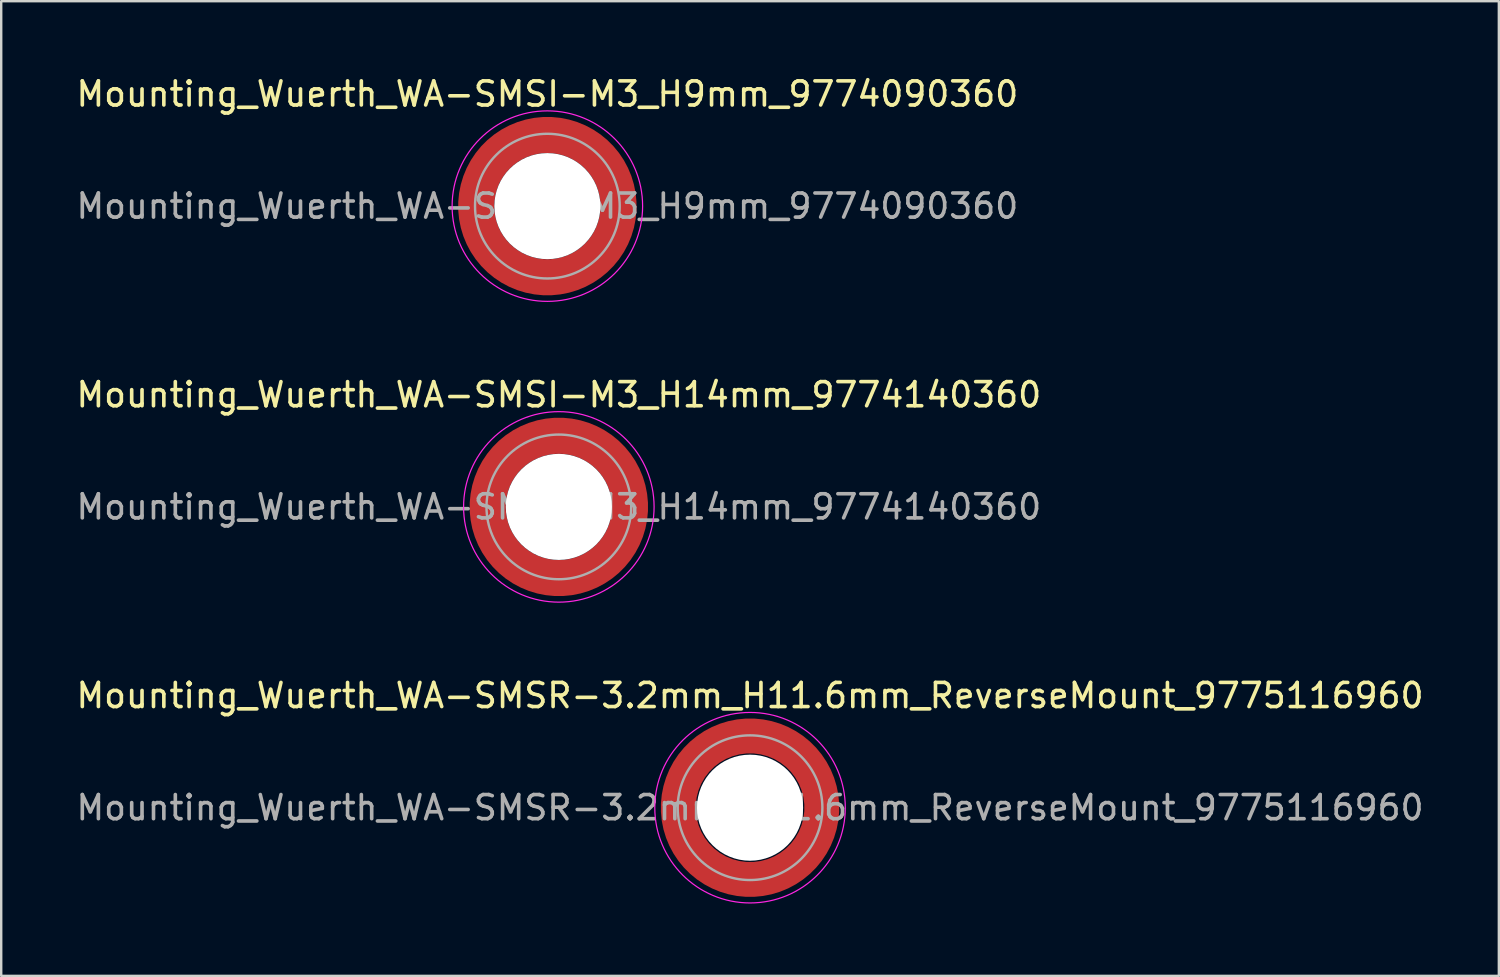
<source format=kicad_pcb>
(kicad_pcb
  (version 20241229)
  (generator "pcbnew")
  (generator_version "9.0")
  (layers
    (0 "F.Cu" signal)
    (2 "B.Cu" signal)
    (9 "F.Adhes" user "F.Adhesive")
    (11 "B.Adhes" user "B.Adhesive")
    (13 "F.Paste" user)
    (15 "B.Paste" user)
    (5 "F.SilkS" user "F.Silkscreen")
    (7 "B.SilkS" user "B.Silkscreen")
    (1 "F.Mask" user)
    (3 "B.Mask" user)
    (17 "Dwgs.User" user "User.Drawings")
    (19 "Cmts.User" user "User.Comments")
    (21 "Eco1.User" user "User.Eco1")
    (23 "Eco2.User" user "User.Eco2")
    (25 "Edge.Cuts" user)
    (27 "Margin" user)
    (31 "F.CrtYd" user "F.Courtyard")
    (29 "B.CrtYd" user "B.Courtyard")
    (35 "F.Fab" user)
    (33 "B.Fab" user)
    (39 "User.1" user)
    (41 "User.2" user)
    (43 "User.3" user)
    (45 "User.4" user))
  (footprint "Mounting_Wuerth_WA-SMSI-M3_H14mm_9774140360"
    (layer "F.Cu")
    (at 20.125 17.971)
    (property "Reference" "Mounting_Wuerth_WA-SMSI-M3_H14mm_9774140360" (at 0 -4.65 0) (layer "F.SilkS") (effects (font (size 1 1) (thickness 0.15))))
    (attr smd)
    (fp_circle (center 0 0) (end 3.95 0) (stroke (width 0.05) (type solid)) (fill no) (layer "F.CrtYd"))
    (fp_circle (center 0 0) (end 3 0) (stroke (width 0.1) (type solid)) (fill no) (layer "F.Fab"))
    (fp_text user "${REFERENCE}" (at 0 0 0) (layer "F.Fab") (effects (font (size 1 1) (thickness 0.15))))
    (pad "" smd custom (at -2.058 -2.058) (size 0.7 0.7) (layers "F.Paste") (options (anchor circle)) (primitives (gr_arc (start -0.377294 1.707681) (mid 0.317578 0.318817) (end 1.705947 -0.377044) (width 0.2)) (gr_arc (start -0.478281 1.707681) (mid 0.246161 0.248814) (end 1.703965 -0.477765) (width 0.2)) (gr_arc (start -0.579192 1.707681) (mid 0.175492 0.178063) (end 1.704077 -0.578711) (width 0.2)) (gr_arc (start -0.680037 1.707681) (mid 0.105568 0.106564) (end 1.706284 -0.679858) (width 0.2)) (gr_arc (start -0.780822 1.707681) (mid 0.034627 0.036085) (end 1.705634 -0.780569) (width 0.2)) (gr_arc (start -0.881554 1.707681) (mid -0.035694 -0.035016) (end 1.706729 -0.881441) (width 0.2)) (gr_arc (start -0.982237 1.707681) (mid -0.107281 -0.10485) (end 1.704266 -0.981843) (width 0.2)) (gr_arc (start -1.082877 1.707681) (mid -0.178372 -0.175181) (end 1.703197 -1.082374) (width 0.2)) (gr_arc (start -1.183476 1.707681) (mid -0.248964 -0.246008) (end 1.703525 -1.183025) (width 0.2)) (gr_arc (start -1.28404 1.707681) (mid -0.319062 -0.317334) (end 1.70525 -1.283784) (width 0.2)) (gr_line (start 1.708 -0.377) (end 1.708 -1.284) (width 0.2)) (gr_line (start -0.377 1.708) (end -1.284 1.708) (width 0.2))))
    (pad "" smd custom (at -2.058 2.058) (size 0.7 0.7) (layers "F.Paste") (options (anchor circle)) (primitives (gr_arc (start 1.707681 0.377294) (mid 0.318817 -0.317578) (end -0.377044 -1.705947) (width 0.2)) (gr_arc (start 1.707681 0.478281) (mid 0.248814 -0.246161) (end -0.477765 -1.703965) (width 0.2)) (gr_arc (start 1.707681 0.579192) (mid 0.178063 -0.175492) (end -0.578711 -1.704077) (width 0.2)) (gr_arc (start 1.707681 0.680037) (mid 0.106564 -0.105568) (end -0.679858 -1.706284) (width 0.2)) (gr_arc (start 1.707681 0.780822) (mid 0.036085 -0.034626) (end -0.780569 -1.705634) (width 0.2)) (gr_arc (start 1.707681 0.881554) (mid -0.035016 0.035694) (end -0.881441 -1.706729) (width 0.2)) (gr_arc (start 1.707681 0.982237) (mid -0.10485 0.107281) (end -0.981842 -1.704266) (width 0.2)) (gr_arc (start 1.707681 1.082877) (mid -0.175181 0.178372) (end -1.082374 -1.703197) (width 0.2)) (gr_arc (start 1.707681 1.183476) (mid -0.246008 0.248964) (end -1.183025 -1.703525) (width 0.2)) (gr_arc (start 1.707681 1.28404) (mid -0.317334 0.319062) (end -1.283784 -1.70525) (width 0.2)) (gr_line (start -0.377 -1.708) (end -1.284 -1.708) (width 0.2)) (gr_line (start 1.708 0.377) (end 1.708 1.284) (width 0.2))))
    (pad "" np_thru_hole circle (at 0 0) (size 4.4 4.4) (drill 4.4) (layers "*.Cu" "*.Mask"))
    (pad "" smd custom (at 2.058 -2.058) (size 0.7 0.7) (layers "F.Paste") (options (anchor circle)) (primitives (gr_arc (start -1.707681 -0.377294) (mid -0.318817 0.317579) (end 0.377044 1.705947) (width 0.2)) (gr_arc (start -1.707681 -0.478281) (mid -0.248814 0.246161) (end 0.477765 1.703965) (width 0.2)) (gr_arc (start -1.707681 -0.579192) (mid -0.178063 0.175492) (end 0.578711 1.704077) (width 0.2)) (gr_arc (start -1.707681 -0.680037) (mid -0.106564 0.105568) (end 0.679858 1.706284) (width 0.2)) (gr_arc (start -1.707681 -0.780822) (mid -0.036085 0.034627) (end 0.780569 1.705634) (width 0.2)) (gr_arc (start -1.707681 -0.881554) (mid 0.035016 -0.035694) (end 0.881441 1.706729) (width 0.2)) (gr_arc (start -1.707681 -0.982237) (mid 0.10485 -0.107281) (end 0.981843 1.704266) (width 0.2)) (gr_arc (start -1.707681 -1.082877) (mid 0.175181 -0.178372) (end 1.082374 1.703197) (width 0.2)) (gr_arc (start -1.707681 -1.183476) (mid 0.246008 -0.248964) (end 1.183025 1.703525) (width 0.2)) (gr_arc (start -1.707681 -1.28404) (mid 0.317333 -0.319062) (end 1.283784 1.70525) (width 0.2)) (gr_line (start 0.377 1.708) (end 1.284 1.708) (width 0.2)) (gr_line (start -1.708 -0.377) (end -1.708 -1.284) (width 0.2))))
    (pad "" smd custom (at 2.058 2.058) (size 0.7 0.7) (layers "F.Paste") (options (anchor circle)) (primitives (gr_arc (start 0.377294 -1.707681) (mid -0.317579 -0.318817) (end -1.705947 0.377044) (width 0.2)) (gr_arc (start 0.478281 -1.707681) (mid -0.246161 -0.248814) (end -1.703965 0.477765) (width 0.2)) (gr_arc (start 0.579192 -1.707681) (mid -0.175492 -0.178063) (end -1.704077 0.578711) (width 0.2)) (gr_arc (start 0.680037 -1.707681) (mid -0.105568 -0.106564) (end -1.706284 0.679858) (width 0.2)) (gr_arc (start 0.780822 -1.707681) (mid -0.034627 -0.036085) (end -1.705634 0.780569) (width 0.2)) (gr_arc (start 0.881554 -1.707681) (mid 0.035694 0.035016) (end -1.706729 0.881441) (width 0.2)) (gr_arc (start 0.982237 -1.707681) (mid 0.107281 0.10485) (end -1.704266 0.981843) (width 0.2)) (gr_arc (start 1.082877 -1.707681) (mid 0.178372 0.175181) (end -1.703197 1.082374) (width 0.2)) (gr_arc (start 1.183476 -1.707681) (mid 0.248964 0.246008) (end -1.703525 1.183025) (width 0.2)) (gr_arc (start 1.28404 -1.707681) (mid 0.319062 0.317333) (end -1.70525 1.283784) (width 0.2)) (gr_line (start -1.708 0.377) (end -1.708 1.284) (width 0.2)) (gr_line (start 0.377 -1.708) (end 1.284 -1.708) (width 0.2))))
    (pad "1" smd circle (at -2.95 0) (size 1.1 1.1) (layers "F.Cu"))
    (pad "1" smd circle (at 0 -2.95) (size 1.1 1.1) (layers "F.Cu"))
    (pad "1" smd circle (at 0 2.95) (size 1.1 1.1) (layers "F.Cu"))
    (pad "1" smd custom (at 2.95 0) (size 1.1 1.1) (layers "F.Cu" "F.Mask") (options (anchor circle)) (primitives (gr_circle (center -2.95 0) (end 0 0) (width 1.5) (fill no)))))
  (footprint "Mounting_Wuerth_WA-SMSR-3.2mm_H11.6mm_ReverseMount_9775116960"
    (layer "F.Cu")
    (at 28.054 30.445)
    (property "Reference" "Mounting_Wuerth_WA-SMSR-3.2mm_H11.6mm_ReverseMount_9775116960" (at 0 -4.65 0) (layer "F.SilkS") (effects (font (size 1 1) (thickness 0.15))))
    (attr smd)
    (fp_circle (center 0 0) (end 3.95 0) (stroke (width 0.05) (type solid)) (fill no) (layer "F.CrtYd"))
    (fp_circle (center 0 0) (end 3 0) (stroke (width 0.1) (type solid)) (fill no) (layer "F.Fab"))
    (fp_text user "${REFERENCE}" (at 0 0 0) (layer "F.Fab") (effects (font (size 1 1) (thickness 0.15))))
    (pad "" smd custom (at -2.095 -2.095) (size 0.945 0.945) (layers "F.Paste") (options (anchor circle)) (primitives (gr_arc (start -0.24231 1.594804) (mid 0.404104 0.405534) (end 1.592827 -0.241886) (width 0.2)) (gr_arc (start -0.3398 1.594804) (mid 0.335987 0.338711) (end 1.591031 -0.339022) (width 0.2)) (gr_arc (start -0.437132 1.594804) (mid 0.268952 0.270807) (end 1.592231 -0.436623) (width 0.2)) (gr_arc (start -0.534324 1.594804) (mid 0.201345 0.203474) (end 1.591846 -0.53376) (width 0.2)) (gr_arc (start -0.631391 1.594804) (mid 0.134696 0.135183) (end 1.594126 -0.631267) (width 0.2)) (gr_arc (start -0.728345 1.594804) (mid 0.067234 0.067705) (end 1.594149 -0.728229) (width 0.2)) (gr_arc (start -0.825197 1.594804) (mid -0.001218 0.001219) (end 1.591408 -0.824614) (width 0.2)) (gr_arc (start -0.921958 1.594804) (mid -0.068952 -0.065985) (end 1.590665 -0.921269) (width 0.2)) (gr_arc (start -1.018637 1.594804) (mid -0.135972 -0.133906) (end 1.59192 -1.018172) (width 0.2)) (gr_arc (start -1.115239 1.594804) (mid -0.20428 -0.200537) (end 1.589574 -1.11442) (width 0.2)) (gr_arc (start -1.211773 1.594804) (mid -0.26993 -0.269828) (end 1.594662 -1.211752) (width 0.2)) (gr_arc (start -1.308244 1.594804) (mid -0.33911 -0.335587) (end 1.589875 -1.307516) (width 0.2)) (gr_arc (start -1.404657 1.594804) (mid -0.405633 -0.404004) (end 1.592524 -1.404331) (width 0.2)) (gr_arc (start -1.404657 1.594804) (mid -0.405633 -0.404004) (end 1.592524 -1.404331) (width 0.2)) (gr_line (start 1.595 -0.242) (end 1.595 -1.405) (width 0.2)) (gr_line (start -0.242 1.595) (end -1.405 1.595) (width 0.2))))
    (pad "" smd custom (at -2.095 2.095) (size 0.945 0.945) (layers "F.Paste") (options (anchor circle)) (primitives (gr_arc (start 1.594804 0.24231) (mid 0.405534 -0.404104) (end -0.241886 -1.592827) (width 0.2)) (gr_arc (start 1.594804 0.3398) (mid 0.338711 -0.335987) (end -0.339022 -1.591031) (width 0.2)) (gr_arc (start 1.594804 0.437132) (mid 0.270807 -0.268952) (end -0.436623 -1.592231) (width 0.2)) (gr_arc (start 1.594804 0.534324) (mid 0.203474 -0.201345) (end -0.53376 -1.591846) (width 0.2)) (gr_arc (start 1.594804 0.631391) (mid 0.135183 -0.134696) (end -0.631267 -1.594126) (width 0.2)) (gr_arc (start 1.594804 0.728345) (mid 0.067705 -0.067234) (end -0.728229 -1.594149) (width 0.2)) (gr_arc (start 1.594804 0.825197) (mid 0.001219 0.001218) (end -0.824614 -1.591408) (width 0.2)) (gr_arc (start 1.594804 0.921958) (mid -0.065985 0.068952) (end -0.921269 -1.590665) (width 0.2)) (gr_arc (start 1.594804 1.018637) (mid -0.133906 0.135972) (end -1.018172 -1.59192) (width 0.2)) (gr_arc (start 1.594804 1.115239) (mid -0.200537 0.20428) (end -1.11442 -1.589574) (width 0.2)) (gr_arc (start 1.594804 1.211773) (mid -0.269828 0.26993) (end -1.211752 -1.594662) (width 0.2)) (gr_arc (start 1.594804 1.308244) (mid -0.335587 0.33911) (end -1.307516 -1.589875) (width 0.2)) (gr_arc (start 1.594804 1.404657) (mid -0.404004 0.405633) (end -1.404331 -1.592524) (width 0.2)) (gr_arc (start 1.594804 1.404657) (mid -0.404004 0.405633) (end -1.404331 -1.592524) (width 0.2)) (gr_line (start -0.242 -1.595) (end -1.405 -1.595) (width 0.2)) (gr_line (start 1.595 0.242) (end 1.595 1.405) (width 0.2))))
    (pad "" np_thru_hole circle (at 0 0) (size 4.4 4.4) (drill 4.4) (layers "*.Cu" "*.Mask"))
    (pad "" smd custom (at 2.095 -2.095) (size 0.945 0.945) (layers "F.Paste") (options (anchor circle)) (primitives (gr_arc (start -1.594804 -0.24231) (mid -0.405534 0.404104) (end 0.241886 1.592827) (width 0.2)) (gr_arc (start -1.594804 -0.3398) (mid -0.338711 0.335987) (end 0.339022 1.591031) (width 0.2)) (gr_arc (start -1.594804 -0.437132) (mid -0.270807 0.268952) (end 0.436623 1.592231) (width 0.2)) (gr_arc (start -1.594804 -0.534324) (mid -0.203474 0.201345) (end 0.53376 1.591846) (width 0.2)) (gr_arc (start -1.594804 -0.631391) (mid -0.135183 0.134696) (end 0.631267 1.594126) (width 0.2)) (gr_arc (start -1.594804 -0.728345) (mid -0.067705 0.067234) (end 0.728229 1.594149) (width 0.2)) (gr_arc (start -1.594804 -0.825197) (mid -0.001219 -0.001218) (end 0.824614 1.591408) (width 0.2)) (gr_arc (start -1.594804 -0.921958) (mid 0.065985 -0.068952) (end 0.921269 1.590665) (width 0.2)) (gr_arc (start -1.594804 -1.018637) (mid 0.133906 -0.135972) (end 1.018172 1.59192) (width 0.2)) (gr_arc (start -1.594804 -1.115239) (mid 0.200537 -0.20428) (end 1.11442 1.589574) (width 0.2)) (gr_arc (start -1.594804 -1.211773) (mid 0.269828 -0.26993) (end 1.211752 1.594662) (width 0.2)) (gr_arc (start -1.594804 -1.308244) (mid 0.335587 -0.33911) (end 1.307516 1.589875) (width 0.2)) (gr_arc (start -1.594804 -1.404657) (mid 0.404004 -0.405633) (end 1.404331 1.592524) (width 0.2)) (gr_arc (start -1.594804 -1.404657) (mid 0.404004 -0.405633) (end 1.404331 1.592524) (width 0.2)) (gr_line (start 0.242 1.595) (end 1.405 1.595) (width 0.2)) (gr_line (start -1.595 -0.242) (end -1.595 -1.405) (width 0.2))))
    (pad "" smd custom (at 2.095 2.095) (size 0.945 0.945) (layers "F.Paste") (options (anchor circle)) (primitives (gr_arc (start 0.24231 -1.594804) (mid -0.404104 -0.405534) (end -1.592827 0.241886) (width 0.2)) (gr_arc (start 0.3398 -1.594804) (mid -0.335987 -0.338711) (end -1.591031 0.339022) (width 0.2)) (gr_arc (start 0.437132 -1.594804) (mid -0.268952 -0.270807) (end -1.592231 0.436623) (width 0.2)) (gr_arc (start 0.534324 -1.594804) (mid -0.201345 -0.203474) (end -1.591846 0.53376) (width 0.2)) (gr_arc (start 0.631391 -1.594804) (mid -0.134696 -0.135183) (end -1.594126 0.631267) (width 0.2)) (gr_arc (start 0.728345 -1.594804) (mid -0.067234 -0.067705) (end -1.594149 0.728229) (width 0.2)) (gr_arc (start 0.825197 -1.594804) (mid 0.001218 -0.001219) (end -1.591408 0.824614) (width 0.2)) (gr_arc (start 0.921958 -1.594804) (mid 0.068952 0.065985) (end -1.590665 0.921269) (width 0.2)) (gr_arc (start 1.018637 -1.594804) (mid 0.135972 0.133906) (end -1.59192 1.018172) (width 0.2)) (gr_arc (start 1.115239 -1.594804) (mid 0.20428 0.200537) (end -1.589574 1.11442) (width 0.2)) (gr_arc (start 1.211773 -1.594804) (mid 0.26993 0.269828) (end -1.594662 1.211752) (width 0.2)) (gr_arc (start 1.308244 -1.594804) (mid 0.33911 0.335587) (end -1.589875 1.307516) (width 0.2)) (gr_arc (start 1.404657 -1.594804) (mid 0.405633 0.404004) (end -1.592524 1.404331) (width 0.2)) (gr_arc (start 1.404657 -1.594804) (mid 0.405633 0.404004) (end -1.592524 1.404331) (width 0.2)) (gr_line (start -1.595 0.242) (end -1.595 1.405) (width 0.2)) (gr_line (start 0.242 -1.595) (end 1.405 -1.595) (width 0.2))))
    (pad "1" smd circle (at -2.975 0) (size 1.05 1.05) (layers "F.Cu"))
    (pad "1" smd circle (at 0 -2.975) (size 1.05 1.05) (layers "F.Cu"))
    (pad "1" smd circle (at 0 2.975) (size 1.05 1.05) (layers "F.Cu"))
    (pad "1" smd custom (at 2.975 0) (size 1.05 1.05) (layers "F.Cu" "F.Mask") (options (anchor circle)) (primitives (gr_circle (center -2.975 0) (end 0 0) (width 1.45) (fill no)))))
  (footprint "Mounting_Wuerth_WA-SMSI-M3_H9mm_9774090360"
    (layer "F.Cu")
    (at 19.649 5.498)
    (property "Reference" "Mounting_Wuerth_WA-SMSI-M3_H9mm_9774090360" (at 0 -4.65 0) (layer "F.SilkS") (effects (font (size 1 1) (thickness 0.15))))
    (attr smd)
    (fp_circle (center 0 0) (end 3.95 0) (stroke (width 0.05) (type solid)) (fill no) (layer "F.CrtYd"))
    (fp_circle (center 0 0) (end 3 0) (stroke (width 0.1) (type solid)) (fill no) (layer "F.Fab"))
    (fp_text user "${REFERENCE}" (at 0 0 0) (layer "F.Fab") (effects (font (size 1 1) (thickness 0.15))))
    (pad "" smd custom (at -2.058 -2.058) (size 0.7 0.7) (layers "F.Paste") (options (anchor circle)) (primitives (gr_arc (start -0.377294 1.707681) (mid 0.317578 0.318817) (end 1.705947 -0.377044) (width 0.2)) (gr_arc (start -0.478281 1.707681) (mid 0.246161 0.248814) (end 1.703965 -0.477765) (width 0.2)) (gr_arc (start -0.579192 1.707681) (mid 0.175492 0.178063) (end 1.704077 -0.578711) (width 0.2)) (gr_arc (start -0.680037 1.707681) (mid 0.105568 0.106564) (end 1.706284 -0.679858) (width 0.2)) (gr_arc (start -0.780822 1.707681) (mid 0.034627 0.036085) (end 1.705634 -0.780569) (width 0.2)) (gr_arc (start -0.881554 1.707681) (mid -0.035694 -0.035016) (end 1.706729 -0.881441) (width 0.2)) (gr_arc (start -0.982237 1.707681) (mid -0.107281 -0.10485) (end 1.704266 -0.981843) (width 0.2)) (gr_arc (start -1.082877 1.707681) (mid -0.178372 -0.175181) (end 1.703197 -1.082374) (width 0.2)) (gr_arc (start -1.183476 1.707681) (mid -0.248964 -0.246008) (end 1.703525 -1.183025) (width 0.2)) (gr_arc (start -1.28404 1.707681) (mid -0.319062 -0.317334) (end 1.70525 -1.283784) (width 0.2)) (gr_line (start 1.708 -0.377) (end 1.708 -1.284) (width 0.2)) (gr_line (start -0.377 1.708) (end -1.284 1.708) (width 0.2))))
    (pad "" smd custom (at -2.058 2.058) (size 0.7 0.7) (layers "F.Paste") (options (anchor circle)) (primitives (gr_arc (start 1.707681 0.377294) (mid 0.318817 -0.317578) (end -0.377044 -1.705947) (width 0.2)) (gr_arc (start 1.707681 0.478281) (mid 0.248814 -0.246161) (end -0.477765 -1.703965) (width 0.2)) (gr_arc (start 1.707681 0.579192) (mid 0.178063 -0.175492) (end -0.578711 -1.704077) (width 0.2)) (gr_arc (start 1.707681 0.680037) (mid 0.106564 -0.105568) (end -0.679858 -1.706284) (width 0.2)) (gr_arc (start 1.707681 0.780822) (mid 0.036085 -0.034626) (end -0.780569 -1.705634) (width 0.2)) (gr_arc (start 1.707681 0.881554) (mid -0.035016 0.035694) (end -0.881441 -1.706729) (width 0.2)) (gr_arc (start 1.707681 0.982237) (mid -0.10485 0.107281) (end -0.981842 -1.704266) (width 0.2)) (gr_arc (start 1.707681 1.082877) (mid -0.175181 0.178372) (end -1.082374 -1.703197) (width 0.2)) (gr_arc (start 1.707681 1.183476) (mid -0.246008 0.248964) (end -1.183025 -1.703525) (width 0.2)) (gr_arc (start 1.707681 1.28404) (mid -0.317334 0.319062) (end -1.283784 -1.70525) (width 0.2)) (gr_line (start -0.377 -1.708) (end -1.284 -1.708) (width 0.2)) (gr_line (start 1.708 0.377) (end 1.708 1.284) (width 0.2))))
    (pad "" np_thru_hole circle (at 0 0) (size 4.4 4.4) (drill 4.4) (layers "*.Cu" "*.Mask"))
    (pad "" smd custom (at 2.058 -2.058) (size 0.7 0.7) (layers "F.Paste") (options (anchor circle)) (primitives (gr_arc (start -1.707681 -0.377294) (mid -0.318817 0.317579) (end 0.377044 1.705947) (width 0.2)) (gr_arc (start -1.707681 -0.478281) (mid -0.248814 0.246161) (end 0.477765 1.703965) (width 0.2)) (gr_arc (start -1.707681 -0.579192) (mid -0.178063 0.175492) (end 0.578711 1.704077) (width 0.2)) (gr_arc (start -1.707681 -0.680037) (mid -0.106564 0.105568) (end 0.679858 1.706284) (width 0.2)) (gr_arc (start -1.707681 -0.780822) (mid -0.036085 0.034627) (end 0.780569 1.705634) (width 0.2)) (gr_arc (start -1.707681 -0.881554) (mid 0.035016 -0.035694) (end 0.881441 1.706729) (width 0.2)) (gr_arc (start -1.707681 -0.982237) (mid 0.10485 -0.107281) (end 0.981843 1.704266) (width 0.2)) (gr_arc (start -1.707681 -1.082877) (mid 0.175181 -0.178372) (end 1.082374 1.703197) (width 0.2)) (gr_arc (start -1.707681 -1.183476) (mid 0.246008 -0.248964) (end 1.183025 1.703525) (width 0.2)) (gr_arc (start -1.707681 -1.28404) (mid 0.317333 -0.319062) (end 1.283784 1.70525) (width 0.2)) (gr_line (start 0.377 1.708) (end 1.284 1.708) (width 0.2)) (gr_line (start -1.708 -0.377) (end -1.708 -1.284) (width 0.2))))
    (pad "" smd custom (at 2.058 2.058) (size 0.7 0.7) (layers "F.Paste") (options (anchor circle)) (primitives (gr_arc (start 0.377294 -1.707681) (mid -0.317579 -0.318817) (end -1.705947 0.377044) (width 0.2)) (gr_arc (start 0.478281 -1.707681) (mid -0.246161 -0.248814) (end -1.703965 0.477765) (width 0.2)) (gr_arc (start 0.579192 -1.707681) (mid -0.175492 -0.178063) (end -1.704077 0.578711) (width 0.2)) (gr_arc (start 0.680037 -1.707681) (mid -0.105568 -0.106564) (end -1.706284 0.679858) (width 0.2)) (gr_arc (start 0.780822 -1.707681) (mid -0.034627 -0.036085) (end -1.705634 0.780569) (width 0.2)) (gr_arc (start 0.881554 -1.707681) (mid 0.035694 0.035016) (end -1.706729 0.881441) (width 0.2)) (gr_arc (start 0.982237 -1.707681) (mid 0.107281 0.10485) (end -1.704266 0.981843) (width 0.2)) (gr_arc (start 1.082877 -1.707681) (mid 0.178372 0.175181) (end -1.703197 1.082374) (width 0.2)) (gr_arc (start 1.183476 -1.707681) (mid 0.248964 0.246008) (end -1.703525 1.183025) (width 0.2)) (gr_arc (start 1.28404 -1.707681) (mid 0.319062 0.317333) (end -1.70525 1.283784) (width 0.2)) (gr_line (start -1.708 0.377) (end -1.708 1.284) (width 0.2)) (gr_line (start 0.377 -1.708) (end 1.284 -1.708) (width 0.2))))
    (pad "1" smd circle (at -2.95 0) (size 1.1 1.1) (layers "F.Cu"))
    (pad "1" smd circle (at 0 -2.95) (size 1.1 1.1) (layers "F.Cu"))
    (pad "1" smd circle (at 0 2.95) (size 1.1 1.1) (layers "F.Cu"))
    (pad "1" smd custom (at 2.95 0) (size 1.1 1.1) (layers "F.Cu" "F.Mask") (options (anchor circle)) (primitives (gr_circle (center -2.95 0) (end 0 0) (width 1.5) (fill no)))))
  (gr_rect
    (start -3 -3)
    (end 59.107 37.42)
    (stroke (width 0.1) (type default))
    (fill no)
    (layer "Edge.Cuts")))
</source>
